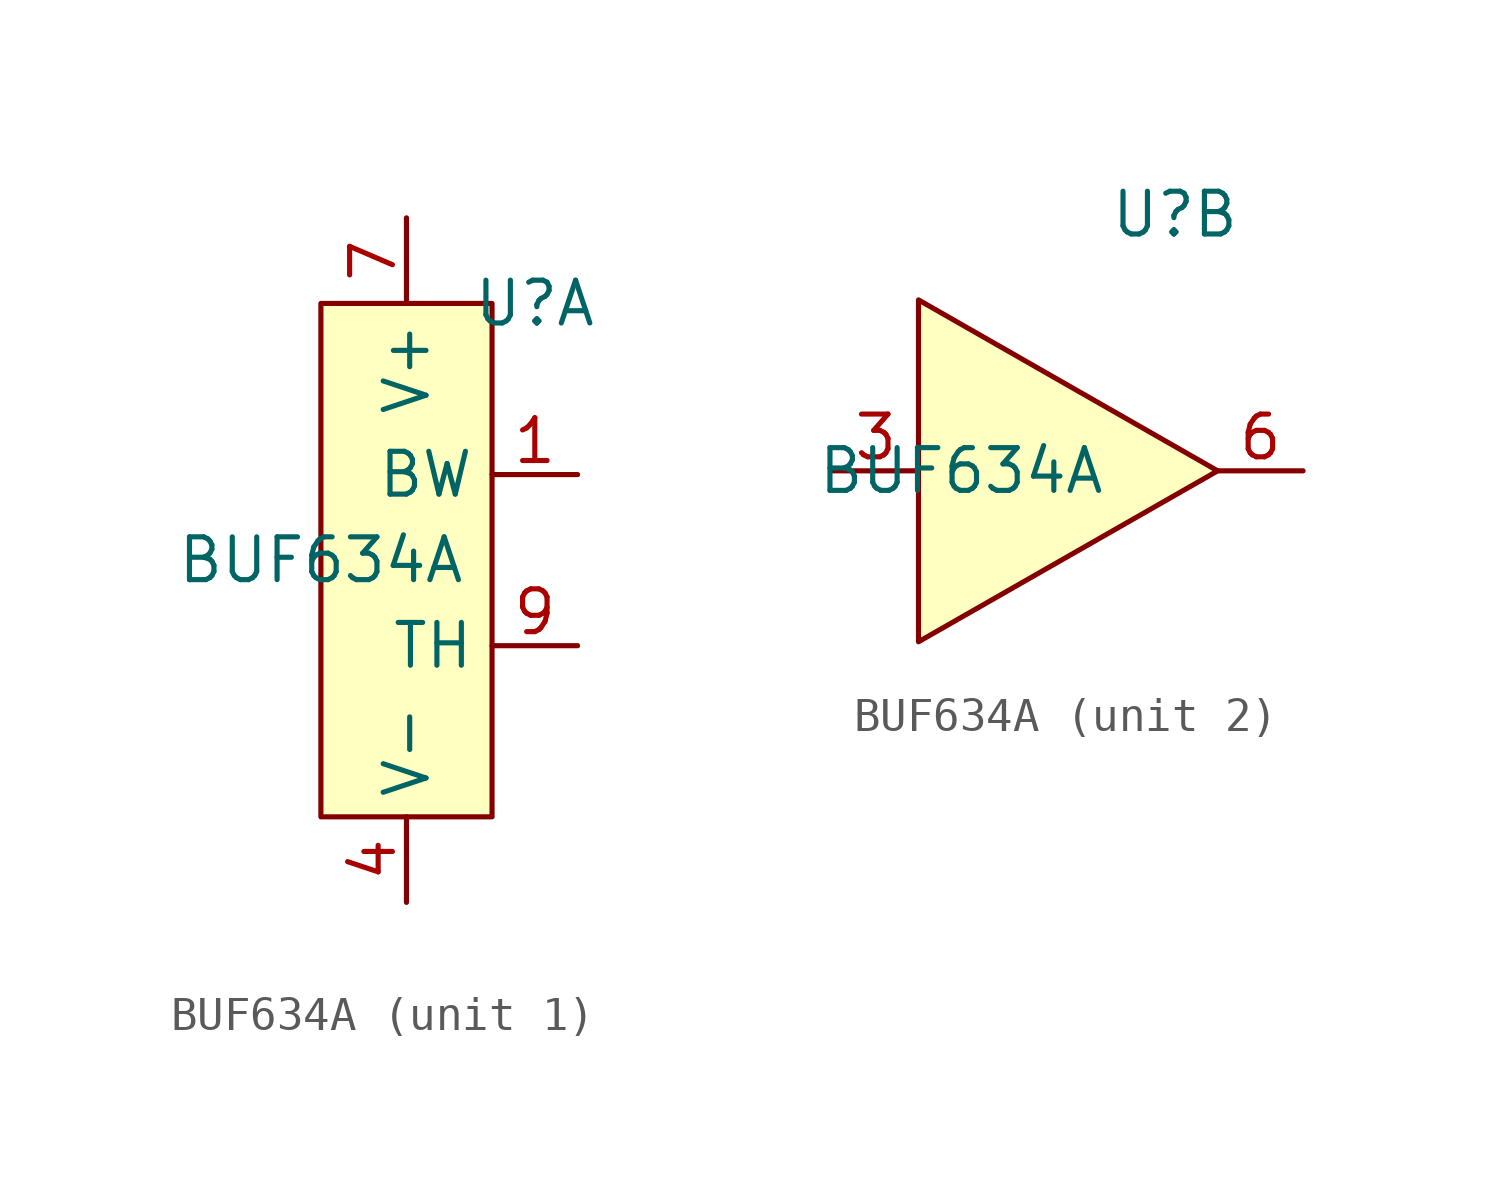
<source format=kicad_sym>
(kicad_symbol_lib
  (version 20220914)
  (generator kicad_symbol_editor)
  (symbol "BUF634A"
    (property "Reference" "U"
      (at 3.81 7.62 0)
      (effects (font (size 1.27 1.27))))
    (property "Value" "BUF634A"
      (at -2.54 0 0)
      (effects (font (size 1.27 1.27))))
    (property "ki_locked" ""
      (at 0 0 0)
      (effects (font (size 1.27 1.27))))
    (symbol "BUF634A_1_1"
      (rectangle (start -2.54 7.62) (end 2.54 -7.62) (stroke (width 0) (type default)) (fill (type background)))
      (pin passive line (at 5.08 2.54 180) (length 2.54) (name "BW" (effects (font (size 1.27 1.27)))) (number "1" (effects (font (size 1.27 1.27)))))
      (pin no_connect line (at -1.27 1.27 90) (length 2.54) hide (name "NC" (effects (font (size 1.27 1.27)))) (number "2" (effects (font (size 1.27 1.27)))))
      (pin passive line (at 0 -10.16 90) (length 2.54) (name "V-" (effects (font (size 1.27 1.27)))) (number "4" (effects (font (size 1.27 1.27)))))
      (pin no_connect line (at 0 1.27 90) (length 2.54) hide (name "NC" (effects (font (size 1.27 1.27)))) (number "5" (effects (font (size 1.27 1.27)))))
      (pin passive line (at 0 10.16 270) (length 2.54) (name "V+" (effects (font (size 1.27 1.27)))) (number "7" (effects (font (size 1.27 1.27)))))
      (pin no_connect line (at 1.27 1.27 90) (length 2.54) hide (name "NC" (effects (font (size 1.27 1.27)))) (number "8" (effects (font (size 1.27 1.27)))))
      (pin passive line (at 5.08 -2.54 180) (length 2.54) (name "TH" (effects (font (size 1.27 1.27)))) (number "9" (effects (font (size 1.27 1.27))))))
    (symbol "BUF634A_2_1"
      (polyline (pts (xy -3.81 5.08) (xy -3.81 -5.08) (xy 5.08 0) (xy -3.81 5.08)) (stroke (width 0) (type default)) (fill (type background)))
      (pin passive line (at -6.35 0 0) (length 2.54) (name "" (effects (font (size 1.27 1.27)))) (number "3" (effects (font (size 1.27 1.27)))))
      (pin passive line (at 7.62 0 180) (length 2.54) (name "" (effects (font (size 1.27 1.27)))) (number "6" (effects (font (size 1.27 1.27))))))))
</source>
